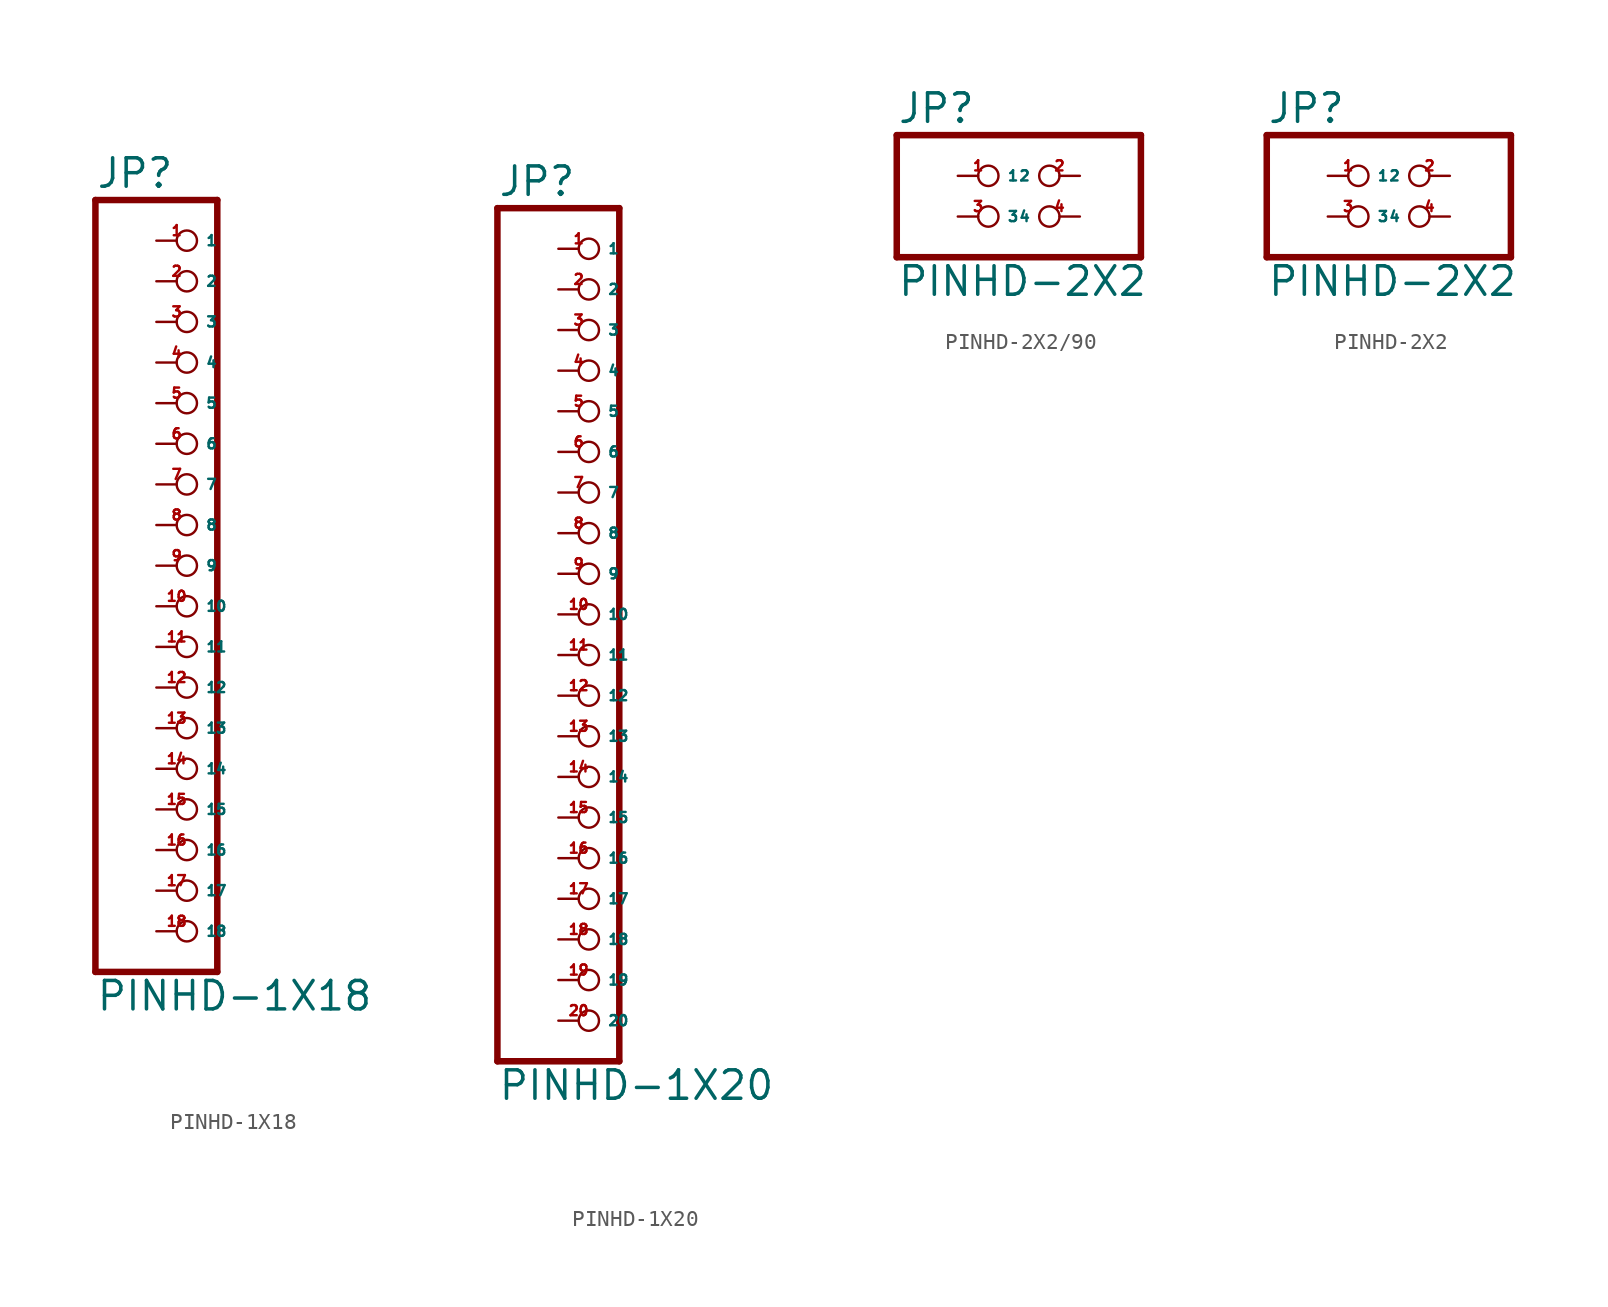
<source format=kicad_sym>
(kicad_symbol_lib
  (version 20220914)
  (generator Eagle2Kicad)
  (symbol "PINHD-1X18"
    (property "Reference" "JP"
      (at -6.35 23.495 0)
      (effects (font (size 1.778 1.778) (thickness 0.22)) (justify left bottom)))
    (property "Value" "PINHD-1X18"
      (at -6.35 -27.94 0)
      (effects (font (size 1.778 1.778) (thickness 0.22)) (justify left bottom)))
    (polyline
      (pts (xy -6.35 -25.4) (xy 1.27 -25.4))
      (stroke (width 0.406) (type default))
      (fill (type none)))
    (polyline
      (pts (xy 1.27 -25.4) (xy 1.27 22.86))
      (stroke (width 0.406) (type default))
      (fill (type none)))
    (polyline
      (pts (xy 1.27 22.86) (xy -6.35 22.86))
      (stroke (width 0.406) (type default))
      (fill (type none)))
    (polyline
      (pts (xy -6.35 22.86) (xy -6.35 -25.4))
      (stroke (width 0.406) (type default))
      (fill (type none)))
    (pin passive inverted
      (at -2.54 20.32 0)
      (length 2.54)
      (name "1" (effects (font (size 0.635 0.635) (thickness 0.08)) (justify left bottom)))
      (number "1" (effects (font (size 0.635 0.635) (thickness 0.08)) (justify left bottom))))
    (pin passive inverted
      (at -2.54 17.78 0)
      (length 2.54)
      (name "2" (effects (font (size 0.635 0.635) (thickness 0.08)) (justify left bottom)))
      (number "2" (effects (font (size 0.635 0.635) (thickness 0.08)) (justify left bottom))))
    (pin passive inverted
      (at -2.54 15.24 0)
      (length 2.54)
      (name "3" (effects (font (size 0.635 0.635) (thickness 0.08)) (justify left bottom)))
      (number "3" (effects (font (size 0.635 0.635) (thickness 0.08)) (justify left bottom))))
    (pin passive inverted
      (at -2.54 12.7 0)
      (length 2.54)
      (name "4" (effects (font (size 0.635 0.635) (thickness 0.08)) (justify left bottom)))
      (number "4" (effects (font (size 0.635 0.635) (thickness 0.08)) (justify left bottom))))
    (pin passive inverted
      (at -2.54 10.16 0)
      (length 2.54)
      (name "5" (effects (font (size 0.635 0.635) (thickness 0.08)) (justify left bottom)))
      (number "5" (effects (font (size 0.635 0.635) (thickness 0.08)) (justify left bottom))))
    (pin passive inverted
      (at -2.54 7.62 0)
      (length 2.54)
      (name "6" (effects (font (size 0.635 0.635) (thickness 0.08)) (justify left bottom)))
      (number "6" (effects (font (size 0.635 0.635) (thickness 0.08)) (justify left bottom))))
    (pin passive inverted
      (at -2.54 5.08 0)
      (length 2.54)
      (name "7" (effects (font (size 0.635 0.635) (thickness 0.08)) (justify left bottom)))
      (number "7" (effects (font (size 0.635 0.635) (thickness 0.08)) (justify left bottom))))
    (pin passive inverted
      (at -2.54 2.54 0)
      (length 2.54)
      (name "8" (effects (font (size 0.635 0.635) (thickness 0.08)) (justify left bottom)))
      (number "8" (effects (font (size 0.635 0.635) (thickness 0.08)) (justify left bottom))))
    (pin passive inverted
      (at -2.54 0 0)
      (length 2.54)
      (name "9" (effects (font (size 0.635 0.635) (thickness 0.08)) (justify left bottom)))
      (number "9" (effects (font (size 0.635 0.635) (thickness 0.08)) (justify left bottom))))
    (pin passive inverted
      (at -2.54 -2.54 0)
      (length 2.54)
      (name "10" (effects (font (size 0.635 0.635) (thickness 0.08)) (justify left bottom)))
      (number "10" (effects (font (size 0.635 0.635) (thickness 0.08)) (justify left bottom))))
    (pin passive inverted
      (at -2.54 -5.08 0)
      (length 2.54)
      (name "11" (effects (font (size 0.635 0.635) (thickness 0.08)) (justify left bottom)))
      (number "11" (effects (font (size 0.635 0.635) (thickness 0.08)) (justify left bottom))))
    (pin passive inverted
      (at -2.54 -7.62 0)
      (length 2.54)
      (name "12" (effects (font (size 0.635 0.635) (thickness 0.08)) (justify left bottom)))
      (number "12" (effects (font (size 0.635 0.635) (thickness 0.08)) (justify left bottom))))
    (pin passive inverted
      (at -2.54 -10.16 0)
      (length 2.54)
      (name "13" (effects (font (size 0.635 0.635) (thickness 0.08)) (justify left bottom)))
      (number "13" (effects (font (size 0.635 0.635) (thickness 0.08)) (justify left bottom))))
    (pin passive inverted
      (at -2.54 -12.7 0)
      (length 2.54)
      (name "14" (effects (font (size 0.635 0.635) (thickness 0.08)) (justify left bottom)))
      (number "14" (effects (font (size 0.635 0.635) (thickness 0.08)) (justify left bottom))))
    (pin passive inverted
      (at -2.54 -15.24 0)
      (length 2.54)
      (name "15" (effects (font (size 0.635 0.635) (thickness 0.08)) (justify left bottom)))
      (number "15" (effects (font (size 0.635 0.635) (thickness 0.08)) (justify left bottom))))
    (pin passive inverted
      (at -2.54 -17.78 0)
      (length 2.54)
      (name "16" (effects (font (size 0.635 0.635) (thickness 0.08)) (justify left bottom)))
      (number "16" (effects (font (size 0.635 0.635) (thickness 0.08)) (justify left bottom))))
    (pin passive inverted
      (at -2.54 -20.32 0)
      (length 2.54)
      (name "17" (effects (font (size 0.635 0.635) (thickness 0.08)) (justify left bottom)))
      (number "17" (effects (font (size 0.635 0.635) (thickness 0.08)) (justify left bottom))))
    (pin passive inverted
      (at -2.54 -22.86 0)
      (length 2.54)
      (name "18" (effects (font (size 0.635 0.635) (thickness 0.08)) (justify left bottom)))
      (number "18" (effects (font (size 0.635 0.635) (thickness 0.08)) (justify left bottom)))))
  (symbol "PINHD-1X20"
    (property "Reference" "JP"
      (at -6.35 26.035 0)
      (effects (font (size 1.778 1.778) (thickness 0.22)) (justify left bottom)))
    (property "Value" "PINHD-1X20"
      (at -6.35 -30.48 0)
      (effects (font (size 1.778 1.778) (thickness 0.22)) (justify left bottom)))
    (polyline
      (pts (xy -6.35 -27.94) (xy 1.27 -27.94))
      (stroke (width 0.406) (type default))
      (fill (type none)))
    (polyline
      (pts (xy 1.27 -27.94) (xy 1.27 25.4))
      (stroke (width 0.406) (type default))
      (fill (type none)))
    (polyline
      (pts (xy 1.27 25.4) (xy -6.35 25.4))
      (stroke (width 0.406) (type default))
      (fill (type none)))
    (polyline
      (pts (xy -6.35 25.4) (xy -6.35 -27.94))
      (stroke (width 0.406) (type default))
      (fill (type none)))
    (pin passive inverted
      (at -2.54 22.86 0)
      (length 2.54)
      (name "1" (effects (font (size 0.635 0.635) (thickness 0.08)) (justify left bottom)))
      (number "1" (effects (font (size 0.635 0.635) (thickness 0.08)) (justify left bottom))))
    (pin passive inverted
      (at -2.54 20.32 0)
      (length 2.54)
      (name "2" (effects (font (size 0.635 0.635) (thickness 0.08)) (justify left bottom)))
      (number "2" (effects (font (size 0.635 0.635) (thickness 0.08)) (justify left bottom))))
    (pin passive inverted
      (at -2.54 17.78 0)
      (length 2.54)
      (name "3" (effects (font (size 0.635 0.635) (thickness 0.08)) (justify left bottom)))
      (number "3" (effects (font (size 0.635 0.635) (thickness 0.08)) (justify left bottom))))
    (pin passive inverted
      (at -2.54 15.24 0)
      (length 2.54)
      (name "4" (effects (font (size 0.635 0.635) (thickness 0.08)) (justify left bottom)))
      (number "4" (effects (font (size 0.635 0.635) (thickness 0.08)) (justify left bottom))))
    (pin passive inverted
      (at -2.54 12.7 0)
      (length 2.54)
      (name "5" (effects (font (size 0.635 0.635) (thickness 0.08)) (justify left bottom)))
      (number "5" (effects (font (size 0.635 0.635) (thickness 0.08)) (justify left bottom))))
    (pin passive inverted
      (at -2.54 10.16 0)
      (length 2.54)
      (name "6" (effects (font (size 0.635 0.635) (thickness 0.08)) (justify left bottom)))
      (number "6" (effects (font (size 0.635 0.635) (thickness 0.08)) (justify left bottom))))
    (pin passive inverted
      (at -2.54 7.62 0)
      (length 2.54)
      (name "7" (effects (font (size 0.635 0.635) (thickness 0.08)) (justify left bottom)))
      (number "7" (effects (font (size 0.635 0.635) (thickness 0.08)) (justify left bottom))))
    (pin passive inverted
      (at -2.54 5.08 0)
      (length 2.54)
      (name "8" (effects (font (size 0.635 0.635) (thickness 0.08)) (justify left bottom)))
      (number "8" (effects (font (size 0.635 0.635) (thickness 0.08)) (justify left bottom))))
    (pin passive inverted
      (at -2.54 2.54 0)
      (length 2.54)
      (name "9" (effects (font (size 0.635 0.635) (thickness 0.08)) (justify left bottom)))
      (number "9" (effects (font (size 0.635 0.635) (thickness 0.08)) (justify left bottom))))
    (pin passive inverted
      (at -2.54 0 0)
      (length 2.54)
      (name "10" (effects (font (size 0.635 0.635) (thickness 0.08)) (justify left bottom)))
      (number "10" (effects (font (size 0.635 0.635) (thickness 0.08)) (justify left bottom))))
    (pin passive inverted
      (at -2.54 -2.54 0)
      (length 2.54)
      (name "11" (effects (font (size 0.635 0.635) (thickness 0.08)) (justify left bottom)))
      (number "11" (effects (font (size 0.635 0.635) (thickness 0.08)) (justify left bottom))))
    (pin passive inverted
      (at -2.54 -5.08 0)
      (length 2.54)
      (name "12" (effects (font (size 0.635 0.635) (thickness 0.08)) (justify left bottom)))
      (number "12" (effects (font (size 0.635 0.635) (thickness 0.08)) (justify left bottom))))
    (pin passive inverted
      (at -2.54 -7.62 0)
      (length 2.54)
      (name "13" (effects (font (size 0.635 0.635) (thickness 0.08)) (justify left bottom)))
      (number "13" (effects (font (size 0.635 0.635) (thickness 0.08)) (justify left bottom))))
    (pin passive inverted
      (at -2.54 -10.16 0)
      (length 2.54)
      (name "14" (effects (font (size 0.635 0.635) (thickness 0.08)) (justify left bottom)))
      (number "14" (effects (font (size 0.635 0.635) (thickness 0.08)) (justify left bottom))))
    (pin passive inverted
      (at -2.54 -12.7 0)
      (length 2.54)
      (name "15" (effects (font (size 0.635 0.635) (thickness 0.08)) (justify left bottom)))
      (number "15" (effects (font (size 0.635 0.635) (thickness 0.08)) (justify left bottom))))
    (pin passive inverted
      (at -2.54 -15.24 0)
      (length 2.54)
      (name "16" (effects (font (size 0.635 0.635) (thickness 0.08)) (justify left bottom)))
      (number "16" (effects (font (size 0.635 0.635) (thickness 0.08)) (justify left bottom))))
    (pin passive inverted
      (at -2.54 -17.78 0)
      (length 2.54)
      (name "17" (effects (font (size 0.635 0.635) (thickness 0.08)) (justify left bottom)))
      (number "17" (effects (font (size 0.635 0.635) (thickness 0.08)) (justify left bottom))))
    (pin passive inverted
      (at -2.54 -20.32 0)
      (length 2.54)
      (name "18" (effects (font (size 0.635 0.635) (thickness 0.08)) (justify left bottom)))
      (number "18" (effects (font (size 0.635 0.635) (thickness 0.08)) (justify left bottom))))
    (pin passive inverted
      (at -2.54 -22.86 0)
      (length 2.54)
      (name "19" (effects (font (size 0.635 0.635) (thickness 0.08)) (justify left bottom)))
      (number "19" (effects (font (size 0.635 0.635) (thickness 0.08)) (justify left bottom))))
    (pin passive inverted
      (at -2.54 -25.4 0)
      (length 2.54)
      (name "20" (effects (font (size 0.635 0.635) (thickness 0.08)) (justify left bottom)))
      (number "20" (effects (font (size 0.635 0.635) (thickness 0.08)) (justify left bottom)))))
  (symbol "PINHD-2X2/90"
    (property "Reference" "JP"
      (at -8.89 5.715 0)
      (effects (font (size 1.778 1.778) (thickness 0.22)) (justify left bottom)))
    (property "Value" "PINHD-2X2"
      (at -8.89 -5.08 0)
      (effects (font (size 1.778 1.778) (thickness 0.22)) (justify left bottom)))
    (polyline
      (pts (xy -8.89 -2.54) (xy 6.35 -2.54))
      (stroke (width 0.406) (type default))
      (fill (type none)))
    (polyline
      (pts (xy 6.35 -2.54) (xy 6.35 5.08))
      (stroke (width 0.406) (type default))
      (fill (type none)))
    (polyline
      (pts (xy 6.35 5.08) (xy -8.89 5.08))
      (stroke (width 0.406) (type default))
      (fill (type none)))
    (polyline
      (pts (xy -8.89 5.08) (xy -8.89 -2.54))
      (stroke (width 0.406) (type default))
      (fill (type none)))
    (pin passive inverted
      (at -5.08 2.54 0)
      (length 2.54)
      (name "1" (effects (font (size 0.635 0.635) (thickness 0.08)) (justify left bottom)))
      (number "1" (effects (font (size 0.635 0.635) (thickness 0.08)) (justify left bottom))))
    (pin passive inverted
      (at 2.54 2.54 180)
      (length 2.54)
      (name "2" (effects (font (size 0.635 0.635) (thickness 0.08)) (justify left bottom)))
      (number "2" (effects (font (size 0.635 0.635) (thickness 0.08)) (justify left bottom))))
    (pin passive inverted
      (at -5.08 0 0)
      (length 2.54)
      (name "3" (effects (font (size 0.635 0.635) (thickness 0.08)) (justify left bottom)))
      (number "3" (effects (font (size 0.635 0.635) (thickness 0.08)) (justify left bottom))))
    (pin passive inverted
      (at 2.54 0 180)
      (length 2.54)
      (name "4" (effects (font (size 0.635 0.635) (thickness 0.08)) (justify left bottom)))
      (number "4" (effects (font (size 0.635 0.635) (thickness 0.08)) (justify left bottom)))))
  (symbol "PINHD-2X2"
    (property "Reference" "JP"
      (at -8.89 5.715 0)
      (effects (font (size 1.778 1.778) (thickness 0.22)) (justify left bottom)))
    (property "Value" "PINHD-2X2"
      (at -8.89 -5.08 0)
      (effects (font (size 1.778 1.778) (thickness 0.22)) (justify left bottom)))
    (polyline
      (pts (xy -8.89 -2.54) (xy 6.35 -2.54))
      (stroke (width 0.406) (type default))
      (fill (type none)))
    (polyline
      (pts (xy 6.35 -2.54) (xy 6.35 5.08))
      (stroke (width 0.406) (type default))
      (fill (type none)))
    (polyline
      (pts (xy 6.35 5.08) (xy -8.89 5.08))
      (stroke (width 0.406) (type default))
      (fill (type none)))
    (polyline
      (pts (xy -8.89 5.08) (xy -8.89 -2.54))
      (stroke (width 0.406) (type default))
      (fill (type none)))
    (pin passive inverted
      (at -5.08 2.54 0)
      (length 2.54)
      (name "1" (effects (font (size 0.635 0.635) (thickness 0.08)) (justify left bottom)))
      (number "1" (effects (font (size 0.635 0.635) (thickness 0.08)) (justify left bottom))))
    (pin passive inverted
      (at 2.54 2.54 180)
      (length 2.54)
      (name "2" (effects (font (size 0.635 0.635) (thickness 0.08)) (justify left bottom)))
      (number "2" (effects (font (size 0.635 0.635) (thickness 0.08)) (justify left bottom))))
    (pin passive inverted
      (at -5.08 0 0)
      (length 2.54)
      (name "3" (effects (font (size 0.635 0.635) (thickness 0.08)) (justify left bottom)))
      (number "3" (effects (font (size 0.635 0.635) (thickness 0.08)) (justify left bottom))))
    (pin passive inverted
      (at 2.54 0 180)
      (length 2.54)
      (name "4" (effects (font (size 0.635 0.635) (thickness 0.08)) (justify left bottom)))
      (number "4" (effects (font (size 0.635 0.635) (thickness 0.08)) (justify left bottom))))))
</source>
